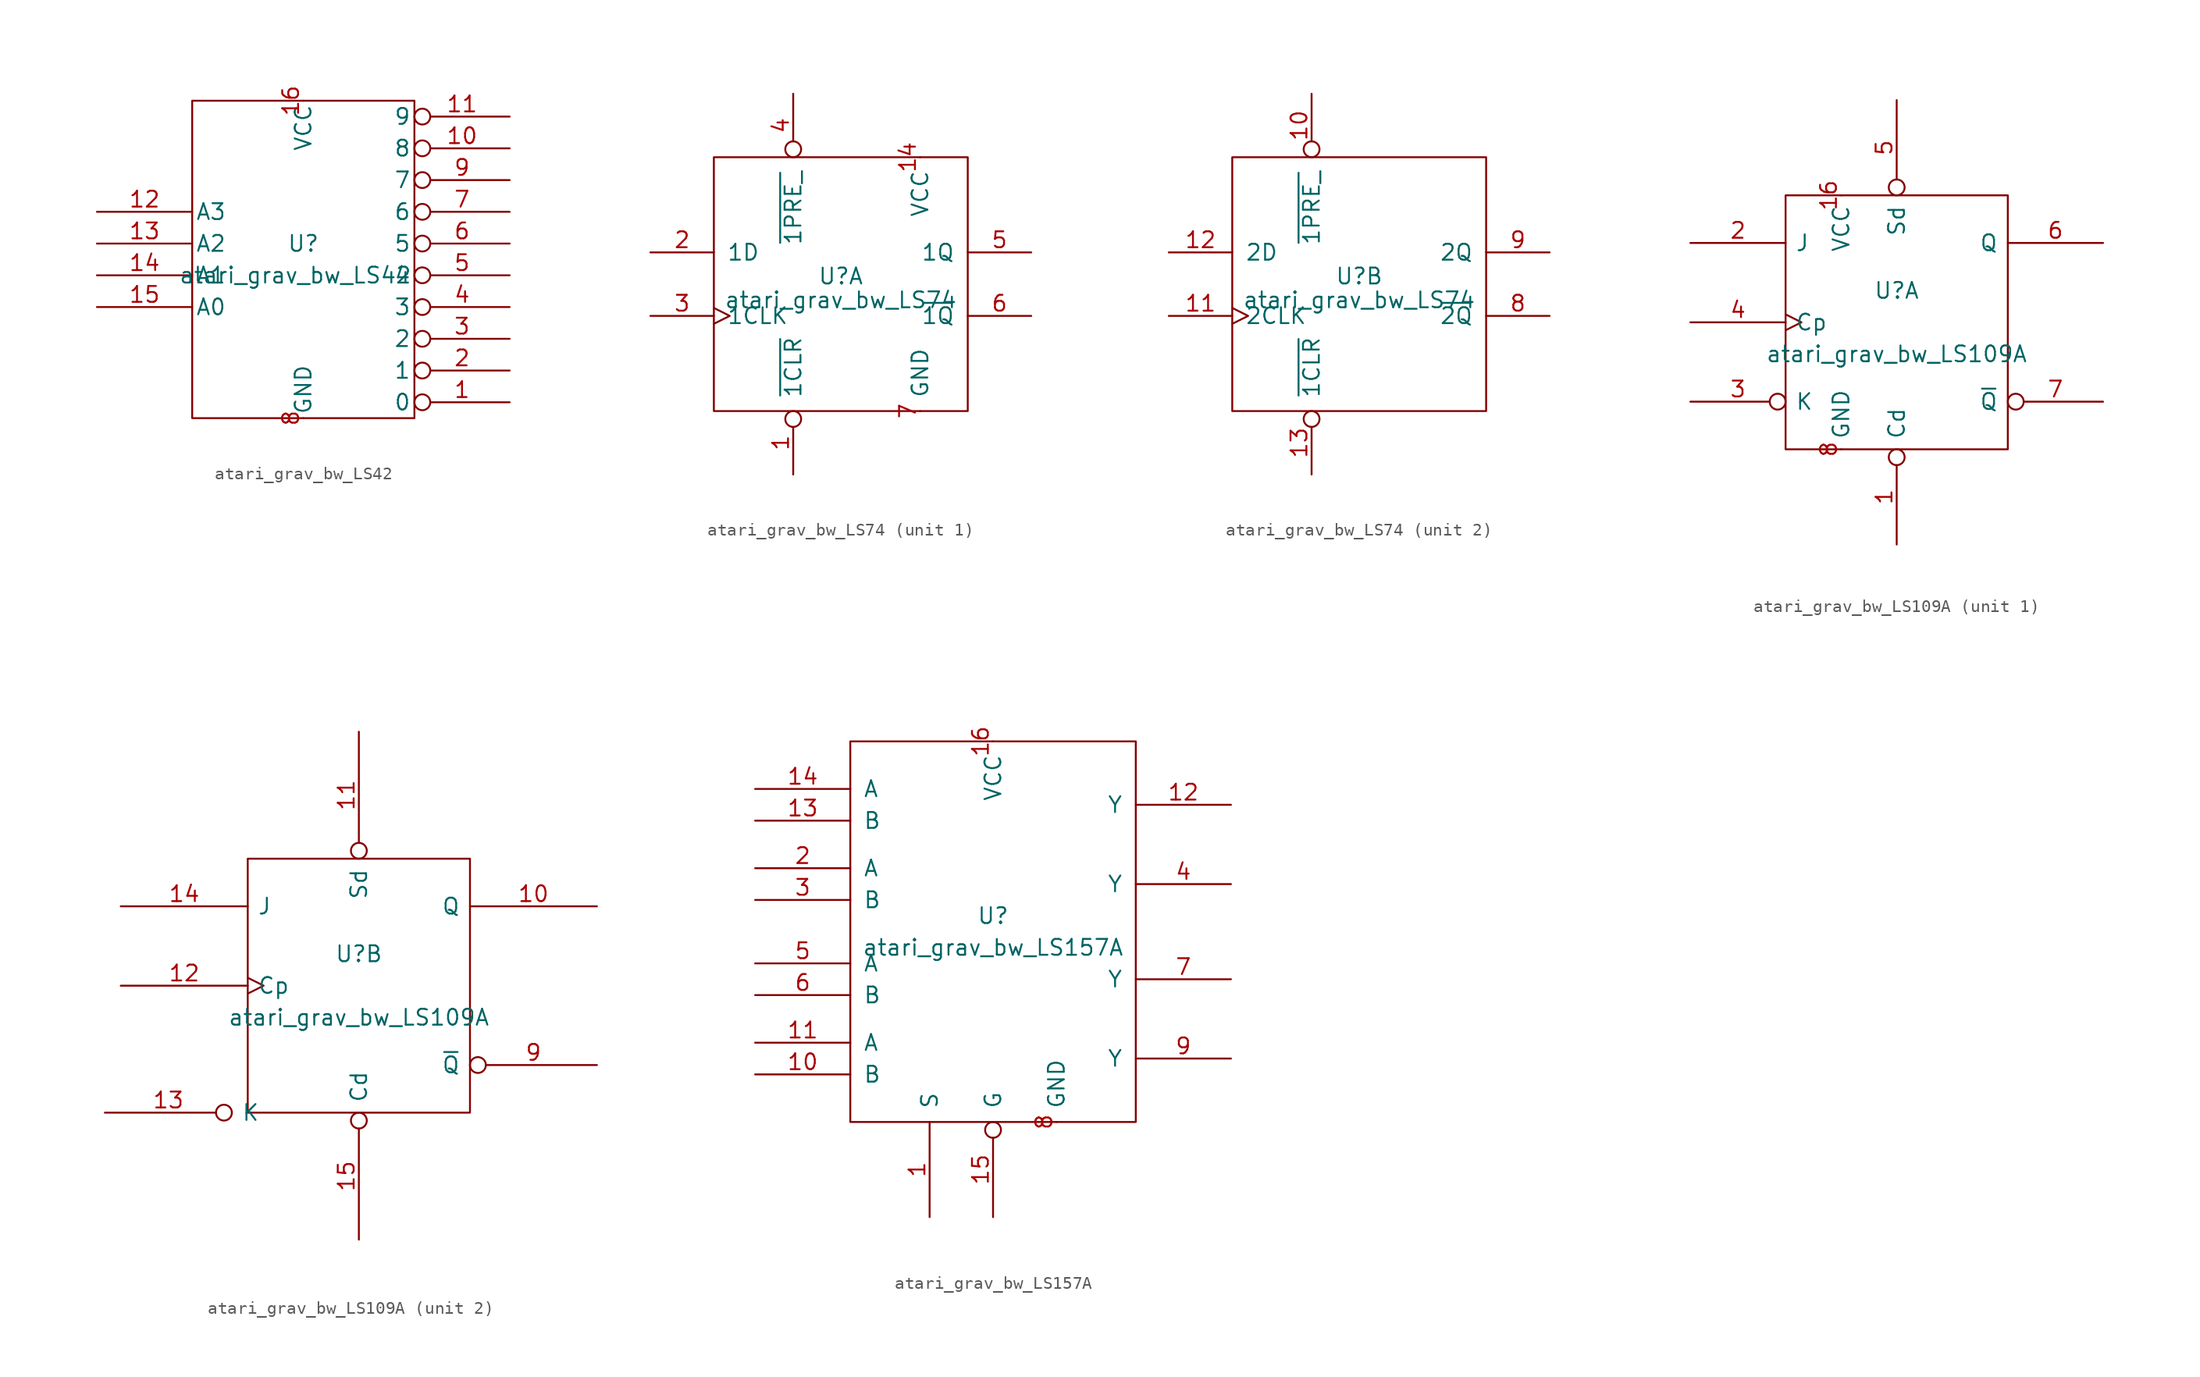
<source format=kicad_sym>
(kicad_symbol_lib
  (version 20211014)
  (generator kicad_symbol_editor)
  (symbol "atari_grav_bw_LS42"
    (pin_names
      (offset 0.254))
    (property "Reference" "U"
      (at 0 1.27 0)
      (effects (font (size 1.27 1.27))))
    (property "Value" "atari_grav_bw_LS42"
      (at -0.635 -1.27 0)
      (effects (font (size 1.27 1.27))))
    (symbol "atari_grav_bw_LS42_0_0"
      (pin power_in line (at 0 -12.7 90) (length 0) (name "GND" (effects (font (size 1.27 1.27)))) (number "8" (effects (font (size 1.27 1.27))))))
    (symbol "atari_grav_bw_LS42_0_1"
      (rectangle (start -8.89 12.7) (end 8.89 -12.7) (stroke (width 0) (type default) (color 0 0 0 0)) (fill (type none))))
    (symbol "atari_grav_bw_LS42_1_0"
      (pin power_in line (at 0 12.7 270) (length 0) (name "VCC" (effects (font (size 1.27 1.27)))) (number "16" (effects (font (size 1.27 1.27))))))
    (symbol "atari_grav_bw_LS42_1_1"
      (pin output inverted (at 16.51 -11.43 180) (length 7.62) (name "0" (effects (font (size 1.27 1.27)))) (number "1" (effects (font (size 1.27 1.27)))))
      (pin output inverted (at 16.51 8.89 180) (length 7.62) (name "8" (effects (font (size 1.27 1.27)))) (number "10" (effects (font (size 1.27 1.27)))))
      (pin output inverted (at 16.51 11.43 180) (length 7.62) (name "9" (effects (font (size 1.27 1.27)))) (number "11" (effects (font (size 1.27 1.27)))))
      (pin input line (at -16.51 3.81 0) (length 7.62) (name "A3" (effects (font (size 1.27 1.27)))) (number "12" (effects (font (size 1.27 1.27)))))
      (pin input line (at -16.51 1.27 0) (length 7.62) (name "A2" (effects (font (size 1.27 1.27)))) (number "13" (effects (font (size 1.27 1.27)))))
      (pin input line (at -16.51 -1.27 0) (length 7.62) (name "A1" (effects (font (size 1.27 1.27)))) (number "14" (effects (font (size 1.27 1.27)))))
      (pin input line (at -16.51 -3.81 0) (length 7.62) (name "A0" (effects (font (size 1.27 1.27)))) (number "15" (effects (font (size 1.27 1.27)))))
      (pin output inverted (at 16.51 -8.89 180) (length 7.62) (name "1" (effects (font (size 1.27 1.27)))) (number "2" (effects (font (size 1.27 1.27)))))
      (pin output inverted (at 16.51 -6.35 180) (length 7.62) (name "2" (effects (font (size 1.27 1.27)))) (number "3" (effects (font (size 1.27 1.27)))))
      (pin output inverted (at 16.51 -3.81 180) (length 7.62) (name "3" (effects (font (size 1.27 1.27)))) (number "4" (effects (font (size 1.27 1.27)))))
      (pin output inverted (at 16.51 -1.27 180) (length 7.62) (name "4" (effects (font (size 1.27 1.27)))) (number "5" (effects (font (size 1.27 1.27)))))
      (pin output inverted (at 16.51 1.27 180) (length 7.62) (name "5" (effects (font (size 1.27 1.27)))) (number "6" (effects (font (size 1.27 1.27)))))
      (pin output inverted (at 16.51 3.81 180) (length 7.62) (name "6" (effects (font (size 1.27 1.27)))) (number "7" (effects (font (size 1.27 1.27)))))
      (pin output inverted (at 16.51 6.35 180) (length 7.62) (name "7" (effects (font (size 1.27 1.27)))) (number "9" (effects (font (size 1.27 1.27)))))))
  (symbol "atari_grav_bw_LS74"
    (pin_names
      (offset 1.016))
    (property "Reference" "U"
      (at 0 0.635 0)
      (effects (font (size 1.27 1.27))))
    (property "Value" "atari_grav_bw_LS74"
      (at 0 -1.27 0)
      (effects (font (size 1.27 1.27))))
    (symbol "atari_grav_bw_LS74_0_1"
      (rectangle (start -10.16 10.16) (end 10.16 -10.16) (stroke (width 0) (type default) (color 0 0 0 0)) (fill (type none))))
    (symbol "atari_grav_bw_LS74_1_0"
      (pin power_in line (at 6.35 10.16 270) (length 0) (name "VCC" (effects (font (size 1.27 1.27)))) (number "14" (effects (font (size 1.27 1.27)))))
      (pin input line (at -15.24 2.54 0) (length 5.08) (name "1D" (effects (font (size 1.27 1.27)))) (number "2" (effects (font (size 1.27 1.27)))))
      (pin input clock (at -15.24 -2.54 0) (length 5.08) (name "1CLK" (effects (font (size 1.27 1.27)))) (number "3" (effects (font (size 1.27 1.27)))))
      (pin power_in line (at 6.35 -10.16 90) (length 0) (name "GND" (effects (font (size 1.27 1.27)))) (number "7" (effects (font (size 1.27 1.27))))))
    (symbol "atari_grav_bw_LS74_1_1"
      (pin input inverted (at -3.81 -15.24 90) (length 5.08) (name "~{1CLR}" (effects (font (size 1.27 1.27)))) (number "1" (effects (font (size 1.27 1.27)))))
      (pin input inverted (at -3.81 15.24 270) (length 5.08) (name "~{1PRE_}" (effects (font (size 1.27 1.27)))) (number "4" (effects (font (size 1.27 1.27)))))
      (pin output line (at 15.24 2.54 180) (length 5.08) (name "1Q" (effects (font (size 1.27 1.27)))) (number "5" (effects (font (size 1.27 1.27)))))
      (pin output line (at 15.24 -2.54 180) (length 5.08) (name "~{1Q}" (effects (font (size 1.27 1.27)))) (number "6" (effects (font (size 1.27 1.27))))))
    (symbol "atari_grav_bw_LS74_2_1"
      (pin input inverted (at -3.81 15.24 270) (length 5.08) (name "~{1PRE_}" (effects (font (size 1.27 1.27)))) (number "10" (effects (font (size 1.27 1.27)))))
      (pin input clock (at -15.24 -2.54 0) (length 5.08) (name "2CLK" (effects (font (size 1.27 1.27)))) (number "11" (effects (font (size 1.27 1.27)))))
      (pin input line (at -15.24 2.54 0) (length 5.08) (name "2D" (effects (font (size 1.27 1.27)))) (number "12" (effects (font (size 1.27 1.27)))))
      (pin input inverted (at -3.81 -15.24 90) (length 5.08) (name "~{1CLR}" (effects (font (size 1.27 1.27)))) (number "13" (effects (font (size 1.27 1.27)))))
      (pin output line (at 15.24 -2.54 180) (length 5.08) (name "~{2Q}" (effects (font (size 1.27 1.27)))) (number "8" (effects (font (size 1.27 1.27)))))
      (pin output line (at 15.24 2.54 180) (length 5.08) (name "2Q" (effects (font (size 1.27 1.27)))) (number "9" (effects (font (size 1.27 1.27)))))))
  (symbol "atari_grav_bw_LS109A"
    (pin_names
      (offset 0.762))
    (property "Reference" "U"
      (at 0 2.54 0)
      (effects (font (size 1.27 1.27))))
    (property "Value" "atari_grav_bw_LS109A"
      (at 0 -2.54 0)
      (effects (font (size 1.27 1.27))))
    (symbol "atari_grav_bw_LS109A_0_0"
      (rectangle (start -8.89 -10.16) (end 8.89 10.16) (stroke (width 0) (type default) (color 0 0 0 0)) (fill (type none))))
    (symbol "atari_grav_bw_LS109A_1_0"
      (pin power_in line (at -4.445 10.16 270) (length 0) (name "VCC" (effects (font (size 1.27 1.27)))) (number "16" (effects (font (size 1.27 1.27)))))
      (pin power_in line (at -4.445 -10.16 90) (length 0) (name "GND" (effects (font (size 1.27 1.27)))) (number "8" (effects (font (size 1.27 1.27))))))
    (symbol "atari_grav_bw_LS109A_1_1"
      (pin input inverted (at 0 -17.78 90) (length 7.62) (name "Cd" (effects (font (size 1.27 1.27)))) (number "1" (effects (font (size 1.27 1.27)))))
      (pin input line (at -16.51 6.35 0) (length 7.62) (name "J" (effects (font (size 1.27 1.27)))) (number "2" (effects (font (size 1.27 1.27)))))
      (pin input inverted (at -16.51 -6.35 0) (length 7.62) (name "K" (effects (font (size 1.27 1.27)))) (number "3" (effects (font (size 1.27 1.27)))))
      (pin input clock (at -16.51 0 0) (length 7.62) (name "Cp" (effects (font (size 1.27 1.27)))) (number "4" (effects (font (size 1.27 1.27)))))
      (pin input inverted (at 0 17.78 270) (length 7.62) (name "Sd" (effects (font (size 1.27 1.27)))) (number "5" (effects (font (size 1.27 1.27)))))
      (pin output line (at 16.51 6.35 180) (length 7.62) (name "Q" (effects (font (size 1.27 1.27)))) (number "6" (effects (font (size 1.27 1.27)))))
      (pin output inverted (at 16.51 -6.35 180) (length 7.62) (name "~{Q}" (effects (font (size 1.27 1.27)))) (number "7" (effects (font (size 1.27 1.27))))))
    (symbol "atari_grav_bw_LS109A_2_1"
      (pin output line (at 19.05 6.35 180) (length 10.16) (name "Q" (effects (font (size 1.27 1.27)))) (number "10" (effects (font (size 1.27 1.27)))))
      (pin input inverted (at 0 20.32 270) (length 10.16) (name "Sd" (effects (font (size 1.27 1.27)))) (number "11" (effects (font (size 1.27 1.27)))))
      (pin input clock (at -19.05 0 0) (length 10.16) (name "Cp" (effects (font (size 1.27 1.27)))) (number "12" (effects (font (size 1.27 1.27)))))
      (pin input inverted (at -20.32 -10.16 0) (length 10.16) (name "K" (effects (font (size 1.27 1.27)))) (number "13" (effects (font (size 1.27 1.27)))))
      (pin input line (at -19.05 6.35 0) (length 10.16) (name "J" (effects (font (size 1.27 1.27)))) (number "14" (effects (font (size 1.27 1.27)))))
      (pin input inverted (at 0 -20.32 90) (length 10.16) (name "Cd" (effects (font (size 1.27 1.27)))) (number "15" (effects (font (size 1.27 1.27)))))
      (pin output inverted (at 19.05 -6.35 180) (length 10.16) (name "~{Q}" (effects (font (size 1.27 1.27)))) (number "9" (effects (font (size 1.27 1.27)))))))
  (symbol "atari_grav_bw_LS157A"
    (pin_names
      (offset 1.016))
    (property "Reference" "U"
      (at 0 1.27 0)
      (effects (font (size 1.27 1.27))))
    (property "Value" "atari_grav_bw_LS157A"
      (at 0 -1.27 0)
      (effects (font (size 1.27 1.27))))
    (symbol "atari_grav_bw_LS157A_1_1"
      (rectangle (start -11.43 15.24) (end 11.43 -15.24) (stroke (width 0) (type default) (color 0 0 0 0)) (fill (type none)))
      (pin input line (at -5.08 -22.86 90) (length 7.62) (name "S" (effects (font (size 1.27 1.27)))) (number "1" (effects (font (size 1.27 1.27)))))
      (pin input line (at -19.05 -11.43 0) (length 7.62) (name "B" (effects (font (size 1.27 1.27)))) (number "10" (effects (font (size 1.27 1.27)))))
      (pin input line (at -19.05 -8.89 0) (length 7.62) (name "A" (effects (font (size 1.27 1.27)))) (number "11" (effects (font (size 1.27 1.27)))))
      (pin output line (at 19.05 10.16 180) (length 7.62) (name "Y" (effects (font (size 1.27 1.27)))) (number "12" (effects (font (size 1.27 1.27)))))
      (pin input line (at -19.05 8.89 0) (length 7.62) (name "B" (effects (font (size 1.27 1.27)))) (number "13" (effects (font (size 1.27 1.27)))))
      (pin input line (at -19.05 11.43 0) (length 7.62) (name "A" (effects (font (size 1.27 1.27)))) (number "14" (effects (font (size 1.27 1.27)))))
      (pin input inverted (at 0 -22.86 90) (length 7.62) (name "G" (effects (font (size 1.27 1.27)))) (number "15" (effects (font (size 1.27 1.27)))))
      (pin power_in line (at 0 15.24 270) (length 0) (name "VCC" (effects (font (size 1.27 1.27)))) (number "16" (effects (font (size 1.27 1.27)))))
      (pin input line (at -19.05 5.08 0) (length 7.62) (name "A" (effects (font (size 1.27 1.27)))) (number "2" (effects (font (size 1.27 1.27)))))
      (pin input line (at -19.05 2.54 0) (length 7.62) (name "B" (effects (font (size 1.27 1.27)))) (number "3" (effects (font (size 1.27 1.27)))))
      (pin output line (at 19.05 3.81 180) (length 7.62) (name "Y" (effects (font (size 1.27 1.27)))) (number "4" (effects (font (size 1.27 1.27)))))
      (pin input line (at -19.05 -2.54 0) (length 7.62) (name "A" (effects (font (size 1.27 1.27)))) (number "5" (effects (font (size 1.27 1.27)))))
      (pin input line (at -19.05 -5.08 0) (length 7.62) (name "B" (effects (font (size 1.27 1.27)))) (number "6" (effects (font (size 1.27 1.27)))))
      (pin output line (at 19.05 -3.81 180) (length 7.62) (name "Y" (effects (font (size 1.27 1.27)))) (number "7" (effects (font (size 1.27 1.27)))))
      (pin power_in line (at 5.08 -15.24 90) (length 0) (name "GND" (effects (font (size 1.27 1.27)))) (number "8" (effects (font (size 1.27 1.27)))))
      (pin output line (at 19.05 -10.16 180) (length 7.62) (name "Y" (effects (font (size 1.27 1.27)))) (number "9" (effects (font (size 1.27 1.27))))))))
</source>
